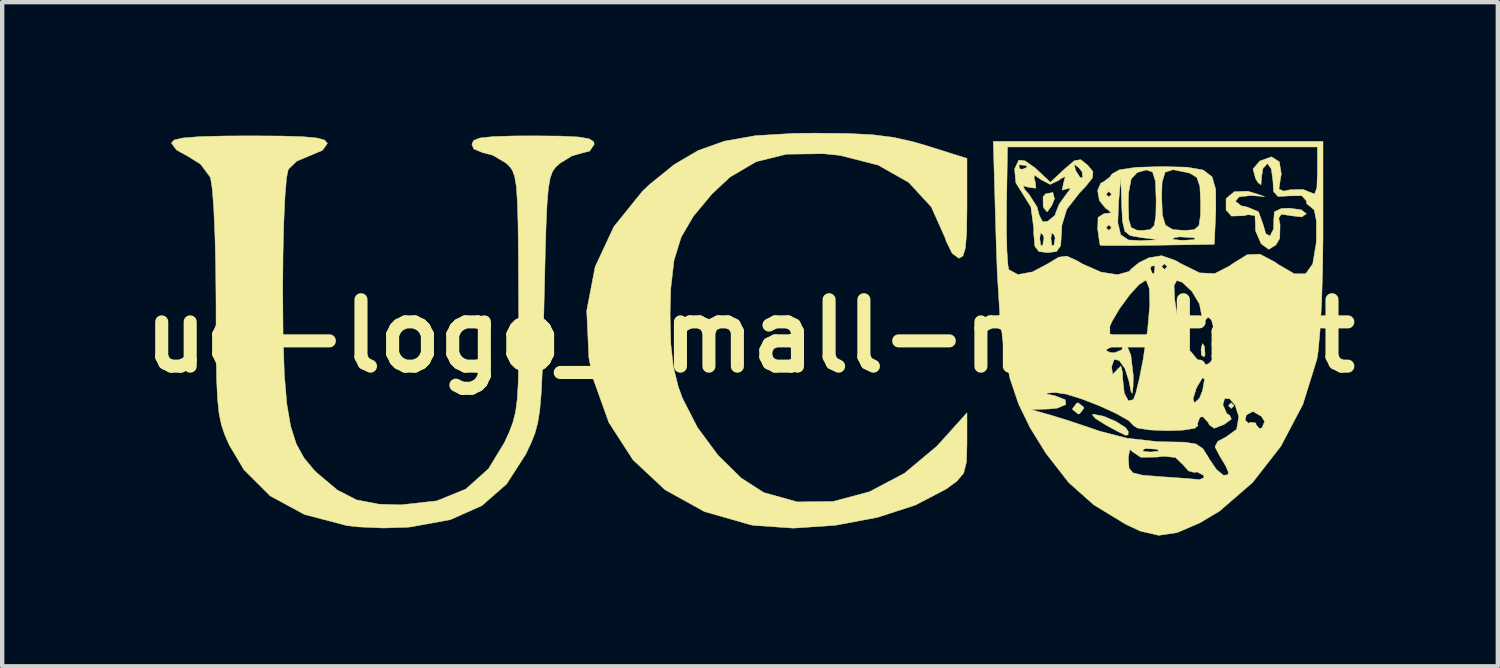
<source format=kicad_pcb>
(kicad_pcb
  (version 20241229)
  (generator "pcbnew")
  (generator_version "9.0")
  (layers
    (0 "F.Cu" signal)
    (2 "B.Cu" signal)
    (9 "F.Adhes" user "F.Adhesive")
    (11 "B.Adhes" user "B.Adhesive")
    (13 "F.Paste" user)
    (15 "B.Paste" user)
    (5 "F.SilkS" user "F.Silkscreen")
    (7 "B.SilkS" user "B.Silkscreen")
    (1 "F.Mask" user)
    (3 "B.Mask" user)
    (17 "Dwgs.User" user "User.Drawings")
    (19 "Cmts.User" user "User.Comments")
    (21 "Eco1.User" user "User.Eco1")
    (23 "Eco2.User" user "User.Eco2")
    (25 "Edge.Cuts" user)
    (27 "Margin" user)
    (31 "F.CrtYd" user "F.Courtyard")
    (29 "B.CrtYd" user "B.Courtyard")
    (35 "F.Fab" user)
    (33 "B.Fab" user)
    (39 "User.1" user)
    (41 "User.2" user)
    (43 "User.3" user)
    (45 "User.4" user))
  (footprint "uc-logo_small-no-text"
    (layer "F.Cu")
    (at 14.159 4.662)
    (property "Reference" "uc-logo_small-no-text" (at 0 0 0) (layer "F.SilkS") (effects (font (size 1.524 1.524) (thickness 0.3))))
    (attr through_hole)
    (fp_poly (pts (xy 11.105 1.595) (xy 11.041 1.659) (xy 10.977 1.595) (xy 11.041 1.532) (xy 11.105 1.595)) (stroke (width 0.01) (type solid)) (fill yes) (layer "F.SilkS"))
    (fp_poly (pts (xy 10.426 0.231) (xy 10.441 0.431) (xy 10.416 0.476) (xy 10.358 0.438) (xy 10.349 0.308) (xy 10.38 0.172) (xy 10.426 0.231)) (stroke (width 0.01) (type solid)) (fill yes) (layer "F.SilkS"))
    (fp_poly (pts (xy 6.985 -3.152) (xy 6.923 -2.995) (xy 6.818 -2.851) (xy 6.745 -2.934) (xy 6.726 -2.981) (xy 6.724 -3.196) (xy 6.779 -3.263) (xy 6.948 -3.296) (xy 6.985 -3.152)) (stroke (width 0.01) (type solid)) (fill yes) (layer "F.SilkS"))
    (fp_poly (pts (xy 7.655 1.629) (xy 7.658 1.659) (xy 7.561 1.783) (xy 7.531 1.787) (xy 7.407 1.69) (xy 7.403 1.659) (xy 7.5 1.535) (xy 7.531 1.532) (xy 7.655 1.629)) (stroke (width 0.01) (type solid)) (fill yes) (layer "F.SilkS"))
    (fp_poly (pts (xy 8.117 1.84) (xy 8.399 1.96) (xy 8.619 2.102) (xy 8.679 2.19) (xy 8.673 2.267) (xy 8.613 2.273) (xy 8.438 2.189) (xy 8.169 2.042) (xy 7.928 1.891) (xy 7.851 1.802) (xy 7.876 1.792) (xy 8.117 1.84)) (stroke (width 0.01) (type solid)) (fill yes) (layer "F.SilkS"))
    (fp_poly (pts (xy 11.487 -3.306) (xy 11.807 -3.203) (xy 11.487 -3.226) (xy 11.218 -3.194) (xy 11.138 -3.094) (xy 11.268 -2.991) (xy 11.412 -2.96) (xy 11.667 -2.853) (xy 11.767 -2.577) (xy 11.834 -2.349) (xy 11.931 -2.297) (xy 12.014 -2.459) (xy 12.017 -2.648) (xy 12.03 -2.851) (xy 12.188 -2.927) (xy 12.372 -2.936) (xy 12.645 -2.899) (xy 12.764 -2.81) (xy 12.764 -2.806) (xy 12.658 -2.734) (xy 12.425 -2.761) (xy 12.188 -2.798) (xy 12.132 -2.704) (xy 12.162 -2.555) (xy 12.154 -2.243) (xy 12.067 -2.093) (xy 11.903 -1.992) (xy 11.745 -2.104) (xy 11.723 -2.129) (xy 11.599 -2.416) (xy 11.594 -2.589) (xy 11.586 -2.765) (xy 11.429 -2.786) (xy 11.32 -2.762) (xy 11.046 -2.754) (xy 10.922 -2.895) (xy 10.923 -3.155) (xy 11.11 -3.313) (xy 11.419 -3.325) (xy 11.487 -3.306)) (stroke (width 0.01) (type solid)) (fill yes) (layer "F.SilkS"))
    (fp_poly (pts (xy 2.234 -4.65) (xy 2.819 -4.62) (xy 3.296 -4.559) (xy 3.739 -4.46) (xy 4.053 -4.368) (xy 4.978 -4.077) (xy 4.978 -2.932) (xy 4.97 -2.369) (xy 4.941 -2.019) (xy 4.885 -1.839) (xy 4.795 -1.787) (xy 4.792 -1.787) (xy 4.638 -1.899) (xy 4.5 -2.18) (xy 4.481 -2.244) (xy 4.16 -2.963) (xy 3.643 -3.525) (xy 2.941 -3.923) (xy 2.065 -4.147) (xy 1.69 -4.185) (xy 0.838 -4.174) (xy 0.141 -4.002) (xy -0.46 -3.649) (xy -0.878 -3.257) (xy -1.3 -2.75) (xy -1.581 -2.268) (xy -1.745 -1.735) (xy -1.82 -1.078) (xy -1.834 -0.511) (xy -1.818 0.178) (xy -1.76 0.703) (xy -1.647 1.158) (xy -1.551 1.423) (xy -1.205 2.098) (xy -0.736 2.732) (xy -0.205 3.255) (xy 0.314 3.589) (xy 1.084 3.804) (xy 1.906 3.794) (xy 2.74 3.571) (xy 3.544 3.147) (xy 4.276 2.535) (xy 4.398 2.404) (xy 4.978 1.759) (xy 4.978 2.471) (xy 4.966 2.887) (xy 4.902 3.143) (xy 4.743 3.331) (xy 4.499 3.509) (xy 3.795 3.877) (xy 2.924 4.159) (xy 1.964 4.34) (xy 0.994 4.406) (xy 0.092 4.343) (xy 0.015 4.33) (xy -1.045 4.027) (xy -1.949 3.527) (xy -2.685 2.839) (xy -3.241 1.978) (xy -3.606 0.956) (xy -3.697 0.495) (xy -3.747 -0.583) (xy -3.554 -1.59) (xy -3.124 -2.511) (xy -2.463 -3.331) (xy -2.298 -3.485) (xy -1.742 -3.935) (xy -1.19 -4.259) (xy -0.585 -4.474) (xy 0.131 -4.6) (xy 1.016 -4.652) (xy 1.468 -4.657) (xy 2.234 -4.65)) (stroke (width 0.01) (type solid)) (fill yes) (layer "F.SilkS"))
    (fp_poly (pts (xy 7.748 -3.921) (xy 7.751 -3.919) (xy 7.868 -3.773) (xy 7.857 -3.633) (xy 7.694 -3.426) (xy 7.557 -3.282) (xy 7.268 -2.912) (xy 7.155 -2.542) (xy 7.148 -2.387) (xy 7.127 -2.074) (xy 7.031 -1.941) (xy 6.829 -1.915) (xy 6.629 -1.94) (xy 6.536 -2.061) (xy 6.52 -2.244) (xy 6.647 -2.244) (xy 6.671 -2.079) (xy 6.714 -2.077) (xy 6.744 -2.244) (xy 6.903 -2.244) (xy 6.926 -2.079) (xy 6.97 -2.077) (xy 7 -2.248) (xy 6.98 -2.321) (xy 6.923 -2.37) (xy 6.903 -2.244) (xy 6.744 -2.244) (xy 6.745 -2.248) (xy 6.724 -2.321) (xy 6.668 -2.37) (xy 6.647 -2.244) (xy 6.52 -2.244) (xy 6.51 -2.347) (xy 6.51 -2.469) (xy 6.444 -2.965) (xy 6.276 -3.235) (xy 6.142 -3.449) (xy 6.267 -3.449) (xy 6.298 -3.371) (xy 6.414 -3.234) (xy 6.585 -2.965) (xy 6.637 -2.77) (xy 6.714 -2.622) (xy 6.829 -2.634) (xy 6.998 -2.772) (xy 7.02 -2.844) (xy 7.097 -3.034) (xy 7.243 -3.235) (xy 7.357 -3.39) (xy 7.292 -3.387) (xy 7.286 -3.383) (xy 7.162 -3.349) (xy 7.192 -3.505) (xy 7.193 -3.507) (xy 7.233 -3.662) (xy 7.13 -3.612) (xy 7.087 -3.576) (xy 6.888 -3.481) (xy 6.677 -3.59) (xy 6.523 -3.697) (xy 6.518 -3.619) (xy 6.543 -3.548) (xy 6.559 -3.394) (xy 6.407 -3.411) (xy 6.267 -3.449) (xy 6.142 -3.449) (xy 6.1 -3.516) (xy 6.071 -3.835) (xy 6.108 -3.914) (xy 6.169 -3.914) (xy 6.187 -3.838) (xy 6.254 -3.829) (xy 6.359 -3.876) (xy 6.339 -3.914) (xy 6.188 -3.93) (xy 6.169 -3.914) (xy 6.108 -3.914) (xy 6.167 -4.04) (xy 6.308 -4.022) (xy 6.537 -3.862) (xy 6.574 -3.829) (xy 6.892 -3.529) (xy 7.214 -3.832) (xy 7.347 -3.944) (xy 7.439 -3.944) (xy 7.466 -3.816) (xy 7.475 -3.792) (xy 7.576 -3.635) (xy 7.634 -3.634) (xy 7.619 -3.769) (xy 7.546 -3.863) (xy 7.439 -3.944) (xy 7.347 -3.944) (xy 7.442 -4.025) (xy 7.588 -4.049) (xy 7.748 -3.921)) (stroke (width 0.01) (type solid)) (fill yes) (layer "F.SilkS"))
    (fp_poly (pts (xy 10.027 -3.876) (xy 10.398 -3.811) (xy 10.602 -3.655) (xy 10.684 -3.37) (xy 10.688 -2.917) (xy 10.684 -2.808) (xy 10.653 -2.106) (xy 9.347 -2.086) (xy 8.804 -2.079) (xy 8.369 -2.078) (xy 8.097 -2.081) (xy 8.032 -2.086) (xy 8.011 -2.211) (xy 7.977 -2.457) (xy 7.978 -2.489) (xy 8.169 -2.489) (xy 8.233 -2.425) (xy 8.296 -2.489) (xy 8.233 -2.553) (xy 8.169 -2.489) (xy 7.978 -2.489) (xy 7.982 -2.603) (xy 8.439 -2.603) (xy 8.505 -2.327) (xy 8.684 -2.206) (xy 8.963 -2.19) (xy 9.381 -2.211) (xy 9.3 -2.221) (xy 9.693 -2.221) (xy 9.869 -2.201) (xy 9.956 -2.199) (xy 10.188 -2.213) (xy 10.215 -2.246) (xy 10.179 -2.258) (xy 9.855 -2.278) (xy 9.732 -2.258) (xy 9.693 -2.221) (xy 9.3 -2.221) (xy 8.967 -2.262) (xy 8.724 -2.306) (xy 8.598 -2.407) (xy 8.546 -2.635) (xy 8.529 -2.976) (xy 8.527 -3.05) (xy 8.679 -3.05) (xy 8.69 -2.676) (xy 8.745 -2.492) (xy 8.878 -2.43) (xy 8.998 -2.425) (xy 9.181 -2.443) (xy 9.276 -2.54) (xy 9.312 -2.777) (xy 9.318 -3.127) (xy 9.315 -3.212) (xy 9.445 -3.212) (xy 9.461 -2.779) (xy 9.534 -2.542) (xy 9.704 -2.444) (xy 9.977 -2.425) (xy 10.193 -2.442) (xy 10.3 -2.535) (xy 10.335 -2.772) (xy 10.339 -3.048) (xy 10.322 -3.433) (xy 10.254 -3.637) (xy 10.102 -3.734) (xy 10.052 -3.749) (xy 9.706 -3.819) (xy 9.524 -3.761) (xy 9.455 -3.529) (xy 9.445 -3.212) (xy 9.315 -3.212) (xy 9.302 -3.553) (xy 9.236 -3.767) (xy 9.089 -3.813) (xy 8.881 -3.752) (xy 8.747 -3.609) (xy 8.686 -3.287) (xy 8.679 -3.05) (xy 8.527 -3.05) (xy 8.507 -3.638) (xy 8.458 -3.081) (xy 8.439 -2.603) (xy 7.982 -2.603) (xy 7.985 -2.723) (xy 8.124 -2.811) (xy 8.146 -2.812) (xy 8.29 -2.83) (xy 8.202 -2.908) (xy 8.158 -2.934) (xy 8.016 -3.112) (xy 7.991 -3.255) (xy 8.169 -3.255) (xy 8.233 -3.191) (xy 8.296 -3.255) (xy 8.233 -3.319) (xy 8.169 -3.255) (xy 7.991 -3.255) (xy 7.976 -3.343) (xy 8.049 -3.511) (xy 8.097 -3.531) (xy 8.253 -3.646) (xy 8.308 -3.721) (xy 8.478 -3.817) (xy 8.856 -3.873) (xy 9.445 -3.89) (xy 10.027 -3.876)) (stroke (width 0.01) (type solid)) (fill yes) (layer "F.SilkS"))
    (fp_poly (pts (xy -4.349 -4.59) (xy -3.936 -4.569) (xy -3.696 -4.529) (xy -3.59 -4.463) (xy -3.574 -4.404) (xy -3.679 -4.245) (xy -3.815 -4.212) (xy -4.087 -4.135) (xy -4.357 -3.968) (xy -4.455 -3.882) (xy -4.53 -3.78) (xy -4.586 -3.627) (xy -4.627 -3.391) (xy -4.657 -3.036) (xy -4.68 -2.53) (xy -4.7 -1.839) (xy -4.721 -0.927) (xy -4.723 -0.873) (xy -4.744 0.053) (xy -4.765 0.763) (xy -4.79 1.297) (xy -4.824 1.694) (xy -4.871 1.993) (xy -4.937 2.234) (xy -5.025 2.456) (xy -5.14 2.698) (xy -5.145 2.709) (xy -5.586 3.395) (xy -6.153 3.89) (xy -6.876 4.212) (xy -7.785 4.378) (xy -7.855 4.385) (xy -8.41 4.403) (xy -8.984 4.378) (xy -9.254 4.347) (xy -10.225 4.092) (xy -11.01 3.666) (xy -11.613 3.064) (xy -11.951 2.494) (xy -12.053 2.261) (xy -12.129 2.035) (xy -12.183 1.774) (xy -12.218 1.437) (xy -12.239 0.981) (xy -12.249 0.365) (xy -12.252 -0.452) (xy -12.252 -0.726) (xy -12.259 -1.536) (xy -12.276 -2.276) (xy -12.303 -2.901) (xy -12.337 -3.365) (xy -12.377 -3.625) (xy -12.382 -3.641) (xy -12.605 -3.944) (xy -12.893 -4.124) (xy -13.157 -4.27) (xy -13.274 -4.425) (xy -13.274 -4.432) (xy -13.213 -4.5) (xy -13.008 -4.547) (xy -12.631 -4.577) (xy -12.05 -4.592) (xy -11.487 -4.595) (xy -10.76 -4.591) (xy -10.253 -4.575) (xy -9.931 -4.545) (xy -9.759 -4.497) (xy -9.701 -4.427) (xy -9.701 -4.414) (xy -9.811 -4.262) (xy -10.078 -4.15) (xy -10.084 -4.148) (xy -10.401 -4.014) (xy -10.595 -3.827) (xy -10.635 -3.626) (xy -10.67 -3.211) (xy -10.697 -2.62) (xy -10.715 -1.894) (xy -10.722 -1.073) (xy -10.722 -1.053) (xy -10.714 0.024) (xy -10.685 0.88) (xy -10.629 1.551) (xy -10.54 2.07) (xy -10.411 2.474) (xy -10.234 2.796) (xy -10.005 3.071) (xy -9.927 3.147) (xy -9.467 3.533) (xy -9.03 3.757) (xy -8.519 3.856) (xy -8.02 3.872) (xy -7.185 3.78) (xy -6.52 3.509) (xy -5.999 3.042) (xy -5.635 2.444) (xy -5.523 2.199) (xy -5.44 1.979) (xy -5.38 1.742) (xy -5.341 1.449) (xy -5.318 1.058) (xy -5.308 0.53) (xy -5.307 -0.175) (xy -5.31 -1.011) (xy -5.315 -1.914) (xy -5.323 -2.596) (xy -5.338 -3.092) (xy -5.362 -3.436) (xy -5.4 -3.664) (xy -5.455 -3.81) (xy -5.53 -3.908) (xy -5.611 -3.979) (xy -5.906 -4.152) (xy -6.141 -4.212) (xy -6.34 -4.296) (xy -6.382 -4.404) (xy -6.342 -4.489) (xy -6.195 -4.546) (xy -5.9 -4.578) (xy -5.417 -4.593) (xy -4.978 -4.595) (xy -4.349 -4.59)) (stroke (width 0.01) (type solid)) (fill yes) (layer "F.SilkS"))
    (fp_poly (pts (xy 13.147 -2.304) (xy 13.138 -1.528) (xy 13.115 -0.788) (xy 13.08 -0.145) (xy 13.036 0.342) (xy 13.006 0.536) (xy 12.684 1.569) (xy 12.181 2.525) (xy 11.533 3.357) (xy 10.773 4.015) (xy 10.322 4.284) (xy 9.8 4.509) (xy 9.376 4.571) (xy 8.953 4.473) (xy 8.616 4.315) (xy 7.886 3.87) (xy 7.312 3.36) (xy 6.903 2.834) (xy 8.681 2.834) (xy 8.697 3.029) (xy 8.786 3.137) (xy 9.01 3.192) (xy 9.413 3.224) (xy 9.844 3.254) (xy 10.182 3.281) (xy 10.314 3.294) (xy 10.419 3.245) (xy 10.401 3.189) (xy 10.251 3.114) (xy 10.206 3.13) (xy 10.06 3.093) (xy 9.937 2.952) (xy 9.762 2.784) (xy 9.484 2.756) (xy 9.345 2.775) (xy 8.969 2.781) (xy 8.796 2.667) (xy 8.765 2.642) (xy 9.014 2.642) (xy 9.19 2.66) (xy 9.371 2.64) (xy 9.349 2.596) (xy 9.088 2.579) (xy 9.03 2.596) (xy 9.014 2.642) (xy 8.765 2.642) (xy 8.714 2.602) (xy 8.682 2.771) (xy 8.681 2.834) (xy 6.903 2.834) (xy 6.795 2.694) (xy 6.767 2.653) (xy 6.425 2.099) (xy 6.224 1.685) (xy 6.446 1.685) (xy 6.892 1.811) (xy 7.276 1.929) (xy 7.759 2.09) (xy 8.021 2.181) (xy 8.644 2.341) (xy 9.338 2.421) (xy 9.517 2.425) (xy 9.965 2.433) (xy 10.23 2.475) (xy 10.388 2.579) (xy 10.512 2.772) (xy 10.53 2.808) (xy 10.699 3.057) (xy 10.864 3.195) (xy 10.966 3.18) (xy 10.977 3.123) (xy 10.914 2.977) (xy 10.784 2.761) (xy 10.668 2.541) (xy 10.733 2.414) (xy 10.92 2.317) (xy 11.165 2.138) (xy 11.201 1.93) (xy 11.36 1.93) (xy 11.438 1.999) (xy 11.487 1.978) (xy 11.605 1.993) (xy 11.615 2.042) (xy 11.694 2.124) (xy 11.749 2.102) (xy 11.807 1.959) (xy 11.734 1.841) (xy 11.54 1.728) (xy 11.388 1.809) (xy 11.36 1.93) (xy 11.201 1.93) (xy 11.212 1.863) (xy 11.209 1.828) (xy 11.131 1.584) (xy 11.004 1.437) (xy 10.89 1.432) (xy 10.849 1.574) (xy 10.94 1.777) (xy 11.008 1.819) (xy 11.044 1.904) (xy 10.879 2.026) (xy 10.652 2.115) (xy 10.539 2.038) (xy 10.515 1.985) (xy 10.394 1.851) (xy 10.323 1.86) (xy 10.264 2.013) (xy 10.28 2.051) (xy 10.206 2.115) (xy 9.928 2.158) (xy 9.58 2.17) (xy 9.174 2.153) (xy 8.894 2.11) (xy 8.807 2.06) (xy 8.697 1.943) (xy 8.415 1.782) (xy 8.033 1.606) (xy 7.622 1.445) (xy 7.255 1.331) (xy 7.004 1.294) (xy 6.792 1.31) (xy 6.831 1.335) (xy 6.988 1.366) (xy 7.233 1.46) (xy 7.247 1.569) (xy 7.05 1.653) (xy 6.861 1.672) (xy 6.446 1.685) (xy 6.224 1.685) (xy 6.162 1.558) (xy 5.967 0.981) (xy 5.83 0.333) (xy 8.169 0.333) (xy 8.273 0.377) (xy 8.36 0.383) (xy 8.53 0.316) (xy 8.552 0.259) (xy 8.458 0.189) (xy 8.36 0.209) (xy 8.192 0.3) (xy 8.169 0.333) (xy 5.83 0.333) (xy 5.827 0.321) (xy 5.763 -0.223) (xy 8.256 -0.223) (xy 8.258 -0.041) (xy 8.412 0) (xy 8.606 0.117) (xy 8.738 0.437) (xy 8.794 0.908) (xy 8.79 1.133) (xy 8.773 1.315) (xy 8.742 1.27) (xy 8.695 1.031) (xy 8.6 0.739) (xy 8.471 0.56) (xy 8.355 0.532) (xy 8.299 0.692) (xy 8.298 0.723) (xy 8.32 0.878) (xy 8.407 0.793) (xy 8.424 0.766) (xy 8.51 0.688) (xy 8.546 0.828) (xy 8.55 0.968) (xy 8.588 1.313) (xy 8.682 1.485) (xy 8.796 1.457) (xy 8.802 1.442) (xy 10.164 1.442) (xy 10.199 1.532) (xy 10.313 1.425) (xy 10.383 1.25) (xy 10.429 0.986) (xy 10.381 0.956) (xy 10.256 1.165) (xy 10.235 1.212) (xy 10.164 1.442) (xy 8.802 1.442) (xy 8.854 1.302) (xy 8.935 0.968) (xy 9.02 0.532) (xy 9.124 -0.161) (xy 9.172 -0.714) (xy 9.162 -1.095) (xy 9.136 -1.162) (xy 9.729 -1.162) (xy 9.742 -0.849) (xy 9.76 -0.734) (xy 9.823 -0.325) (xy 9.867 0.02) (xy 9.872 0.084) (xy 9.922 0.277) (xy 9.984 0.302) (xy 10.111 0.351) (xy 10.236 0.504) (xy 10.381 0.676) (xy 10.519 0.636) (xy 10.576 0.583) (xy 10.691 0.338) (xy 10.666 -0.065) (xy 10.664 -0.076) (xy 10.59 -0.37) (xy 10.511 -0.436) (xy 10.451 -0.374) (xy 10.364 -0.285) (xy 10.359 -0.423) (xy 10.365 -0.465) (xy 10.313 -0.736) (xy 10.14 -1.026) (xy 9.92 -1.234) (xy 9.792 -1.276) (xy 9.729 -1.162) (xy 9.136 -1.162) (xy 9.094 -1.269) (xy 9.069 -1.276) (xy 8.92 -1.179) (xy 8.703 -0.937) (xy 8.477 -0.628) (xy 8.301 -0.329) (xy 8.256 -0.223) (xy 5.763 -0.223) (xy 5.733 -0.47) (xy 5.673 -1.438) (xy 5.648 -2.138) (xy 5.64 -2.425) (xy 5.884 -2.425) (xy 5.895 -1.951) (xy 5.917 -1.63) (xy 5.939 -1.525) (xy 6.146 -1.412) (xy 6.482 -1.474) (xy 6.825 -1.656) (xy 7.083 -1.811) (xy 7.268 -1.836) (xy 7.502 -1.73) (xy 7.63 -1.655) (xy 8.053 -1.469) (xy 8.432 -1.409) (xy 8.698 -1.484) (xy 8.741 -1.532) (xy 9.19 -1.532) (xy 9.237 -1.427) (xy 9.275 -1.447) (xy 9.29 -1.595) (xy 9.445 -1.595) (xy 9.509 -1.532) (xy 9.573 -1.595) (xy 9.509 -1.659) (xy 9.445 -1.595) (xy 9.29 -1.595) (xy 9.29 -1.598) (xy 9.275 -1.617) (xy 9.199 -1.599) (xy 9.19 -1.532) (xy 8.741 -1.532) (xy 8.748 -1.54) (xy 8.923 -1.684) (xy 9.152 -1.797) (xy 9.445 -1.846) (xy 9.76 -1.736) (xy 9.889 -1.661) (xy 10.317 -1.451) (xy 10.663 -1.435) (xy 11.01 -1.614) (xy 11.07 -1.659) (xy 11.407 -1.868) (xy 11.702 -1.88) (xy 12.049 -1.695) (xy 12.115 -1.647) (xy 12.488 -1.43) (xy 12.748 -1.429) (xy 12.91 -1.654) (xy 12.988 -2.115) (xy 12.994 -2.203) (xy 12.995 -2.643) (xy 12.947 -2.893) (xy 12.898 -2.936) (xy 12.775 -3.037) (xy 12.764 -3.105) (xy 12.663 -3.221) (xy 12.381 -3.218) (xy 12.115 -3.203) (xy 12.013 -3.314) (xy 11.998 -3.559) (xy 11.962 -3.834) (xy 11.876 -3.956) (xy 11.87 -3.957) (xy 11.769 -3.848) (xy 11.739 -3.67) (xy 11.724 -3.474) (xy 11.659 -3.517) (xy 11.6 -3.615) (xy 11.541 -3.836) (xy 11.699 -4.019) (xy 11.965 -4.114) (xy 12.145 -4) (xy 12.19 -3.718) (xy 12.169 -3.603) (xy 12.136 -3.375) (xy 12.242 -3.326) (xy 12.387 -3.357) (xy 12.686 -3.366) (xy 12.853 -3.298) (xy 12.955 -3.262) (xy 13.006 -3.401) (xy 13.019 -3.75) (xy 13.019 -4.34) (xy 5.908 -4.34) (xy 5.886 -2.993) (xy 5.884 -2.425) (xy 5.64 -2.425) (xy 5.582 -4.467) (xy 13.147 -4.467) (xy 13.147 -2.304)) (stroke (width 0.01) (type solid)) (fill yes) (layer "F.SilkS")))
  (gr_rect
    (start -3 -3)
    (end 31.317 12.239)
    (stroke (width 0.1) (type default))
    (fill no)
    (layer "Edge.Cuts")))
</source>
